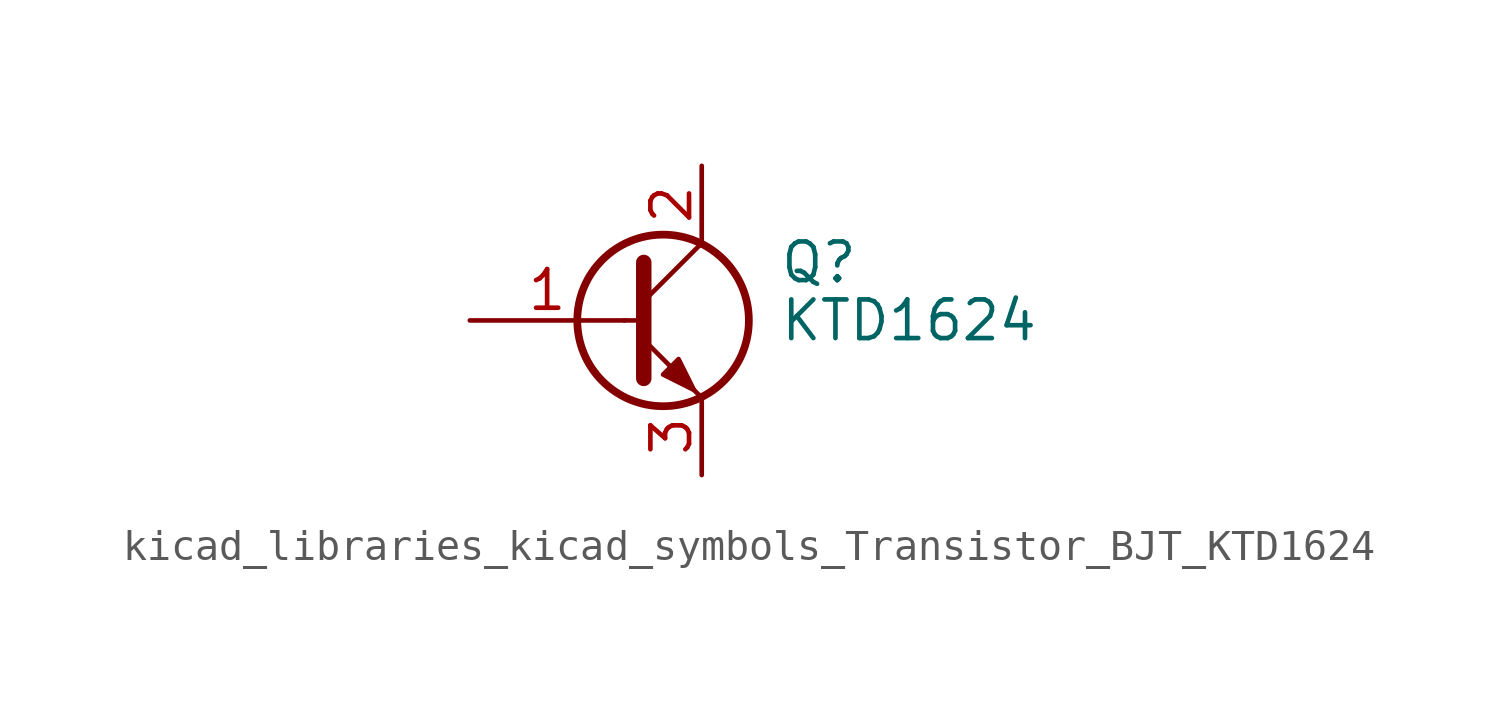
<source format=kicad_sym>
(kicad_symbol_lib
  (version 20220914)
  (generator kicad_symbol_editor)
  (symbol "kicad_libraries_kicad_symbols_Transistor_BJT_KTD1624"
    (pin_names
      (offset 0) hide)
    (property "Reference" "Q"
      (at 5.08 1.905 0)
      (effects (font (size 1.27 1.27)) (justify left)))
    (property "Value" "KTD1624"
      (at 5.08 0 0)
      (effects (font (size 1.27 1.27)) (justify left)))
    (symbol "kicad_libraries_kicad_symbols_Transistor_BJT_KTD1624_0_1"
      (polyline (pts (xy 0 0) (xy 0.635 0)) (stroke (width 0) (type default)) (fill (type none)))
      (polyline (pts (xy 0.635 0.635) (xy 2.54 2.54)) (stroke (width 0) (type default)) (fill (type none)))
      (polyline (pts (xy 0.635 -0.635) (xy 2.54 -2.54) (xy 2.54 -2.54)) (stroke (width 0) (type default)) (fill (type none)))
      (polyline (pts (xy 0.635 1.905) (xy 0.635 -1.905) (xy 0.635 -1.905)) (stroke (width 0.508) (type default)) (fill (type none)))
      (polyline (pts (xy 1.27 -1.778) (xy 1.778 -1.27) (xy 2.286 -2.286) (xy 1.27 -1.778) (xy 1.27 -1.778)) (stroke (width 0) (type default)) (fill (type outline)))
      (circle (center 1.27 0) (radius 2.819) (stroke (width 0.254) (type default)) (fill (type none))))
    (symbol "kicad_libraries_kicad_symbols_Transistor_BJT_KTD1624_1_1"
      (pin input line (at -5.08 0 0) (length 5.08) (name "B" (effects (font (size 1.27 1.27)))) (number "1" (effects (font (size 1.27 1.27)))))
      (pin passive line (at 2.54 5.08 270) (length 2.54) (name "C" (effects (font (size 1.27 1.27)))) (number "2" (effects (font (size 1.27 1.27)))))
      (pin passive line (at 2.54 -5.08 90) (length 2.54) (name "E" (effects (font (size 1.27 1.27)))) (number "3" (effects (font (size 1.27 1.27))))))))
</source>
